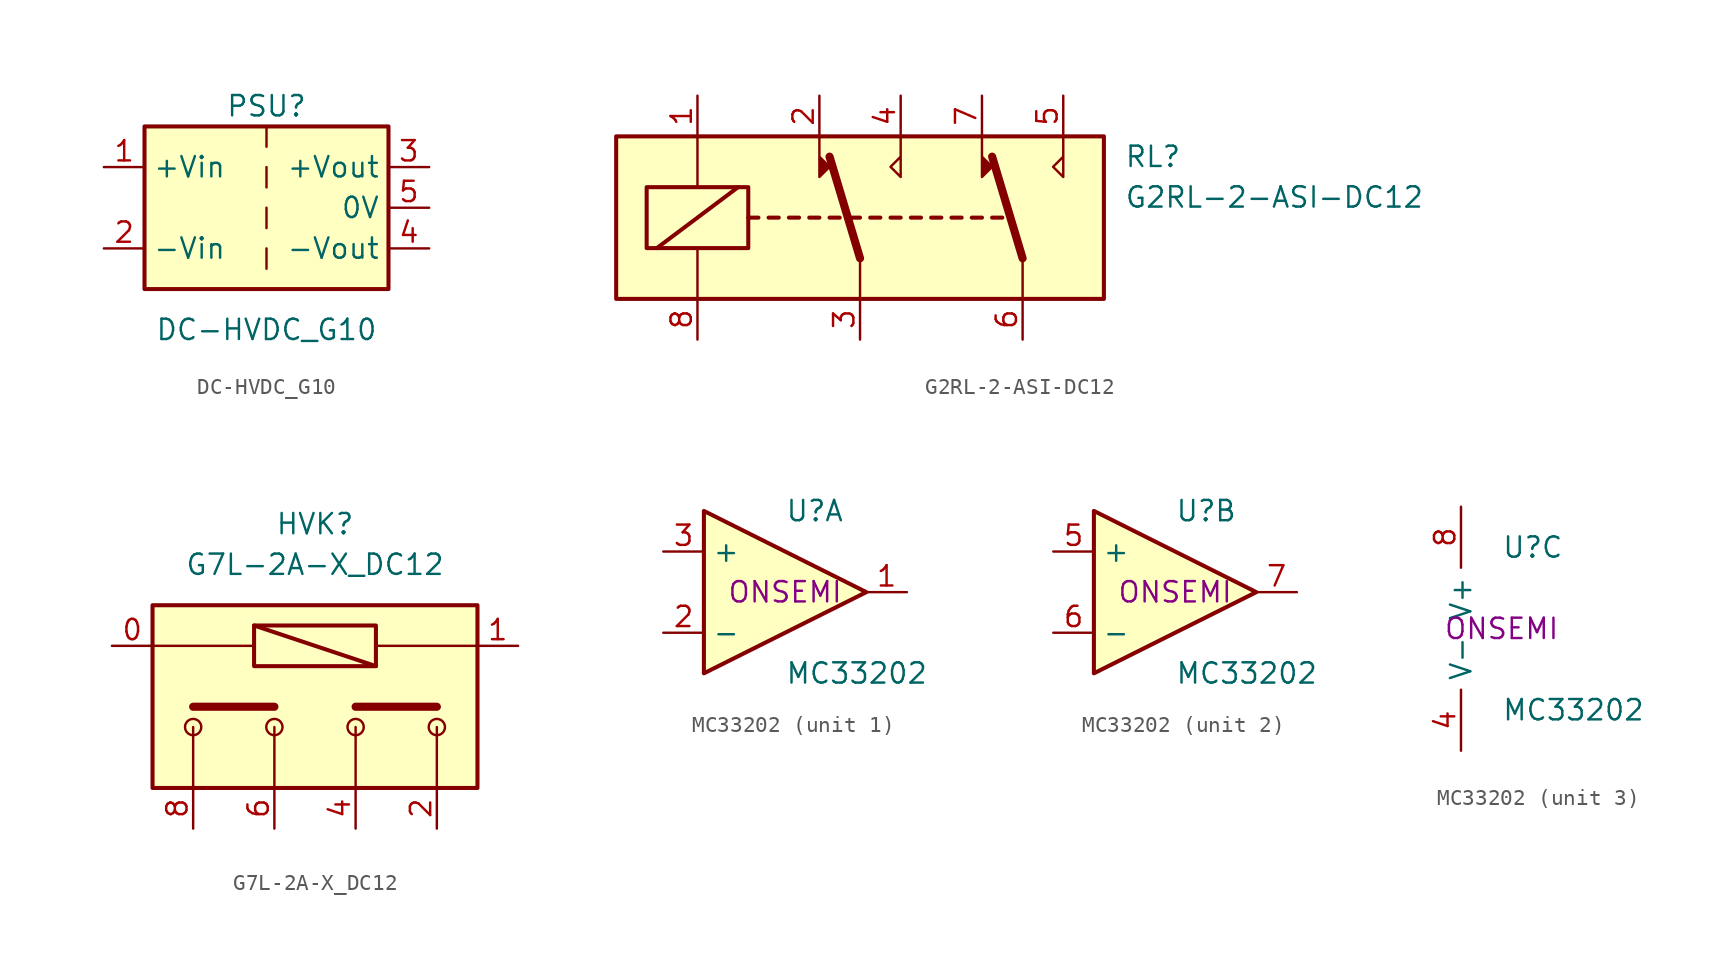
<source format=kicad_sym>
(kicad_symbol_lib
  (version 20211014)
  (generator kicad_symbol_editor)
  (symbol "DC-HVDC_G10"
    (property "Reference" "PSU"
      (at 0 3.81 0)
      (effects (font (size 1.27 1.27))))
    (property "Value" "DC-HVDC_G10"
      (at 0 -10.16 0)
      (effects (font (size 1.27 1.27))))
    (symbol "DC-HVDC_G10_0_0"
      (pin power_in line (at -10.16 0 0) (length 2.54) (name "+Vin" (effects (font (size 1.27 1.27)))) (number "1" (effects (font (size 1.27 1.27)))))
      (pin power_in line (at -10.16 -5.08 0) (length 2.54) (name "-Vin" (effects (font (size 1.27 1.27)))) (number "2" (effects (font (size 1.27 1.27)))))
      (pin power_out line (at 10.16 0 180) (length 2.54) (name "+Vout" (effects (font (size 1.27 1.27)))) (number "3" (effects (font (size 1.27 1.27)))))
      (pin power_out line (at 10.16 -5.08 180) (length 2.54) (name "-Vout" (effects (font (size 1.27 1.27)))) (number "4" (effects (font (size 1.27 1.27)))))
      (pin power_out line (at 10.16 -2.54 180) (length 2.54) (name "0V" (effects (font (size 1.27 1.27)))) (number "5" (effects (font (size 1.27 1.27))))))
    (symbol "DC-HVDC_G10_0_1"
      (rectangle (start -7.62 2.54) (end 7.62 -7.62) (stroke (width 0.254) (type default) (color 0 0 0 0)) (fill (type background)))
      (polyline (pts (xy 0 -5.08) (xy 0 -6.35)) (stroke (width 0) (type default) (color 0 0 0 0)) (fill (type none)))
      (polyline (pts (xy 0 -2.54) (xy 0 -3.81)) (stroke (width 0) (type default) (color 0 0 0 0)) (fill (type none)))
      (polyline (pts (xy 0 0) (xy 0 -1.27)) (stroke (width 0) (type default) (color 0 0 0 0)) (fill (type none)))
      (polyline (pts (xy 0 2.54) (xy 0 1.27)) (stroke (width 0) (type default) (color 0 0 0 0)) (fill (type none)))))
  (symbol "G2RL-2-ASI-DC12"
    (property "Reference" "RL"
      (at 16.51 3.81 0)
      (effects (font (size 1.27 1.27)) (justify left)))
    (property "Value" "G2RL-2-ASI-DC12"
      (at 16.51 1.27 0)
      (effects (font (size 1.27 1.27)) (justify left)))
    (symbol "G2RL-2-ASI-DC12_0_1"
      (rectangle (start -15.24 5.08) (end 15.24 -5.08) (stroke (width 0.254) (type default) (color 0 0 0 0)) (fill (type background)))
      (rectangle (start -13.335 1.905) (end -6.985 -1.905) (stroke (width 0.254) (type default) (color 0 0 0 0)) (fill (type none)))
      (polyline (pts (xy -12.7 -1.905) (xy -7.62 1.905)) (stroke (width 0.254) (type default) (color 0 0 0 0)) (fill (type none)))
      (polyline (pts (xy -10.16 -5.08) (xy -10.16 -1.905)) (stroke (width 0) (type default) (color 0 0 0 0)) (fill (type none)))
      (polyline (pts (xy -10.16 5.08) (xy -10.16 1.905)) (stroke (width 0) (type default) (color 0 0 0 0)) (fill (type none)))
      (polyline (pts (xy -6.985 0) (xy -6.35 0)) (stroke (width 0.254) (type default) (color 0 0 0 0)) (fill (type none)))
      (polyline (pts (xy -5.715 0) (xy -5.08 0)) (stroke (width 0.254) (type default) (color 0 0 0 0)) (fill (type none)))
      (polyline (pts (xy -4.445 0) (xy -3.81 0)) (stroke (width 0.254) (type default) (color 0 0 0 0)) (fill (type none)))
      (polyline (pts (xy -3.175 0) (xy -2.54 0)) (stroke (width 0.254) (type default) (color 0 0 0 0)) (fill (type none)))
      (polyline (pts (xy -1.905 0) (xy -1.27 0)) (stroke (width 0.254) (type default) (color 0 0 0 0)) (fill (type none)))
      (polyline (pts (xy -0.635 0) (xy 0 0)) (stroke (width 0.254) (type default) (color 0 0 0 0)) (fill (type none)))
      (polyline (pts (xy 0 -2.54) (xy -1.905 3.81)) (stroke (width 0.508) (type default) (color 0 0 0 0)) (fill (type none)))
      (polyline (pts (xy 0 -2.54) (xy 0 -5.08)) (stroke (width 0) (type default) (color 0 0 0 0)) (fill (type none)))
      (polyline (pts (xy 0.635 0) (xy 1.27 0)) (stroke (width 0.254) (type default) (color 0 0 0 0)) (fill (type none)))
      (polyline (pts (xy 1.905 0) (xy 2.54 0)) (stroke (width 0.254) (type default) (color 0 0 0 0)) (fill (type none)))
      (polyline (pts (xy 3.175 0) (xy 3.81 0)) (stroke (width 0.254) (type default) (color 0 0 0 0)) (fill (type none)))
      (polyline (pts (xy 4.445 0) (xy 5.08 0)) (stroke (width 0.254) (type default) (color 0 0 0 0)) (fill (type none)))
      (polyline (pts (xy 5.715 0) (xy 6.35 0)) (stroke (width 0.254) (type default) (color 0 0 0 0)) (fill (type none)))
      (polyline (pts (xy 6.985 0) (xy 7.62 0)) (stroke (width 0.254) (type default) (color 0 0 0 0)) (fill (type none)))
      (polyline (pts (xy 8.255 0) (xy 8.89 0)) (stroke (width 0.254) (type default) (color 0 0 0 0)) (fill (type none)))
      (polyline (pts (xy 10.16 -2.54) (xy 8.255 3.81)) (stroke (width 0.508) (type default) (color 0 0 0 0)) (fill (type none)))
      (polyline (pts (xy 10.16 -2.54) (xy 10.16 -5.08)) (stroke (width 0) (type default) (color 0 0 0 0)) (fill (type none)))
      (polyline (pts (xy -2.54 5.08) (xy -2.54 2.54) (xy -1.905 3.175) (xy -2.54 3.81)) (stroke (width 0) (type default) (color 0 0 0 0)) (fill (type outline)))
      (polyline (pts (xy 2.54 5.08) (xy 2.54 2.54) (xy 1.905 3.175) (xy 2.54 3.81)) (stroke (width 0) (type default) (color 0 0 0 0)) (fill (type none)))
      (polyline (pts (xy 7.62 5.08) (xy 7.62 2.54) (xy 8.255 3.175) (xy 7.62 3.81)) (stroke (width 0) (type default) (color 0 0 0 0)) (fill (type outline)))
      (polyline (pts (xy 12.7 5.08) (xy 12.7 2.54) (xy 12.065 3.175) (xy 12.7 3.81)) (stroke (width 0) (type default) (color 0 0 0 0)) (fill (type none))))
    (symbol "G2RL-2-ASI-DC12_1_1"
      (pin passive line (at -10.16 7.62 270) (length 2.54) (name "~" (effects (font (size 1.27 1.27)))) (number "1" (effects (font (size 1.27 1.27)))))
      (pin passive line (at -2.54 7.62 270) (length 2.54) (name "~" (effects (font (size 1.27 1.27)))) (number "2" (effects (font (size 1.27 1.27)))))
      (pin passive line (at 0 -7.62 90) (length 2.54) (name "~" (effects (font (size 1.27 1.27)))) (number "3" (effects (font (size 1.27 1.27)))))
      (pin passive line (at 2.54 7.62 270) (length 2.54) (name "~" (effects (font (size 1.27 1.27)))) (number "4" (effects (font (size 1.27 1.27)))))
      (pin passive line (at 12.7 7.62 270) (length 2.54) (name "~" (effects (font (size 1.27 1.27)))) (number "5" (effects (font (size 1.27 1.27)))))
      (pin passive line (at 10.16 -7.62 90) (length 2.54) (name "~" (effects (font (size 1.27 1.27)))) (number "6" (effects (font (size 1.27 1.27)))))
      (pin passive line (at 7.62 7.62 270) (length 2.54) (name "~" (effects (font (size 1.27 1.27)))) (number "7" (effects (font (size 1.27 1.27)))))
      (pin passive line (at -10.16 -7.62 90) (length 2.54) (name "~" (effects (font (size 1.27 1.27)))) (number "8" (effects (font (size 1.27 1.27)))))))
  (symbol "G7L-2A-X_DC12"
    (property "Reference" "HVK"
      (at 0 11.43 0)
      (effects (font (size 1.27 1.27))))
    (property "Value" "G7L-2A-X_DC12"
      (at 0 8.89 0)
      (effects (font (size 1.27 1.27))))
    (symbol "G7L-2A-X_DC12_0_1"
      (rectangle (start -10.16 6.35) (end 10.16 -5.08) (stroke (width 0.254) (type default) (color 0 0 0 0)) (fill (type background)))
      (circle (center -7.62 -1.27) (radius 0.508) (stroke (width 0) (type default) (color 0 0 0 0)) (fill (type none)))
      (rectangle (start -3.81 5.08) (end 3.81 2.54) (stroke (width 0.254) (type default) (color 0 0 0 0)) (fill (type none)))
      (circle (center -2.54 -1.27) (radius 0.508) (stroke (width 0) (type default) (color 0 0 0 0)) (fill (type none)))
      (polyline (pts (xy -10.16 3.81) (xy -3.81 3.81)) (stroke (width 0) (type default) (color 0 0 0 0)) (fill (type none)))
      (polyline (pts (xy -7.62 -5.08) (xy -7.62 -1.27)) (stroke (width 0) (type default) (color 0 0 0 0)) (fill (type none)))
      (polyline (pts (xy -2.54 -5.08) (xy -2.54 -1.27)) (stroke (width 0) (type default) (color 0 0 0 0)) (fill (type none)))
      (polyline (pts (xy -2.54 0) (xy -7.62 0)) (stroke (width 0.508) (type default) (color 0 0 0 0)) (fill (type none)))
      (polyline (pts (xy 2.54 -5.08) (xy 2.54 -1.27)) (stroke (width 0) (type default) (color 0 0 0 0)) (fill (type none)))
      (polyline (pts (xy 3.81 2.54) (xy -3.81 5.08)) (stroke (width 0.254) (type default) (color 0 0 0 0)) (fill (type none)))
      (polyline (pts (xy 7.62 -5.08) (xy 7.62 -1.27)) (stroke (width 0) (type default) (color 0 0 0 0)) (fill (type none)))
      (polyline (pts (xy 7.62 0) (xy 2.54 0)) (stroke (width 0.508) (type default) (color 0 0 0 0)) (fill (type none)))
      (polyline (pts (xy 10.16 3.81) (xy 3.81 3.81)) (stroke (width 0) (type default) (color 0 0 0 0)) (fill (type none)))
      (circle (center 2.54 -1.27) (radius 0.508) (stroke (width 0) (type default) (color 0 0 0 0)) (fill (type none)))
      (circle (center 7.62 -1.27) (radius 0.508) (stroke (width 0) (type default) (color 0 0 0 0)) (fill (type none))))
    (symbol "G7L-2A-X_DC12_1_1"
      (pin passive line (at -12.7 3.81 0) (length 2.54) (name "~" (effects (font (size 1.27 1.27)))) (number "0" (effects (font (size 1.27 1.27)))))
      (pin passive line (at 12.7 3.81 180) (length 2.54) (name "~" (effects (font (size 1.27 1.27)))) (number "1" (effects (font (size 1.27 1.27)))))
      (pin passive line (at 7.62 -7.62 90) (length 2.54) (name "" (effects (font (size 1.27 1.27)))) (number "2" (effects (font (size 1.27 1.27)))))
      (pin passive line (at 2.54 -7.62 90) (length 2.54) (name "~" (effects (font (size 1.27 1.27)))) (number "4" (effects (font (size 1.27 1.27)))))
      (pin passive line (at -2.54 -7.62 90) (length 2.54) (name "~" (effects (font (size 1.27 1.27)))) (number "6" (effects (font (size 1.27 1.27)))))
      (pin passive line (at -7.62 -7.62 90) (length 2.54) (name "" (effects (font (size 1.27 1.27)))) (number "8" (effects (font (size 1.27 1.27)))))))
  (symbol "MC33202"
    (property "Reference" "U"
      (at 0 5.08 0)
      (effects (font (size 1.27 1.27)) (justify left)))
    (property "Value" "MC33202"
      (at 0 -5.08 0)
      (effects (font (size 1.27 1.27)) (justify left)))
    (property "Manufacturer #" "ONSEMI"
      (at 0 0 0)
      (effects (font (size 1.27 1.27))))
    (property "ki_locked" ""
      (at 0 0 0)
      (effects (font (size 1.27 1.27))))
    (symbol "MC33202_1_1"
      (polyline (pts (xy -5.08 5.08) (xy 5.08 0) (xy -5.08 -5.08) (xy -5.08 5.08)) (stroke (width 0.254) (type default) (color 0 0 0 0)) (fill (type background)))
      (pin output line (at 7.62 0 180) (length 2.54) (name "~" (effects (font (size 1.27 1.27)))) (number "1" (effects (font (size 1.27 1.27)))))
      (pin input line (at -7.62 -2.54 0) (length 2.54) (name "-" (effects (font (size 1.27 1.27)))) (number "2" (effects (font (size 1.27 1.27)))))
      (pin input line (at -7.62 2.54 0) (length 2.54) (name "+" (effects (font (size 1.27 1.27)))) (number "3" (effects (font (size 1.27 1.27))))))
    (symbol "MC33202_2_1"
      (polyline (pts (xy -5.08 5.08) (xy 5.08 0) (xy -5.08 -5.08) (xy -5.08 5.08)) (stroke (width 0.254) (type default) (color 0 0 0 0)) (fill (type background)))
      (pin input line (at -7.62 2.54 0) (length 2.54) (name "+" (effects (font (size 1.27 1.27)))) (number "5" (effects (font (size 1.27 1.27)))))
      (pin input line (at -7.62 -2.54 0) (length 2.54) (name "-" (effects (font (size 1.27 1.27)))) (number "6" (effects (font (size 1.27 1.27)))))
      (pin output line (at 7.62 0 180) (length 2.54) (name "~" (effects (font (size 1.27 1.27)))) (number "7" (effects (font (size 1.27 1.27))))))
    (symbol "MC33202_3_1"
      (pin power_in line (at -2.54 -7.62 90) (length 3.81) (name "V-" (effects (font (size 1.27 1.27)))) (number "4" (effects (font (size 1.27 1.27)))))
      (pin power_in line (at -2.54 7.62 270) (length 3.81) (name "V+" (effects (font (size 1.27 1.27)))) (number "8" (effects (font (size 1.27 1.27))))))))
</source>
